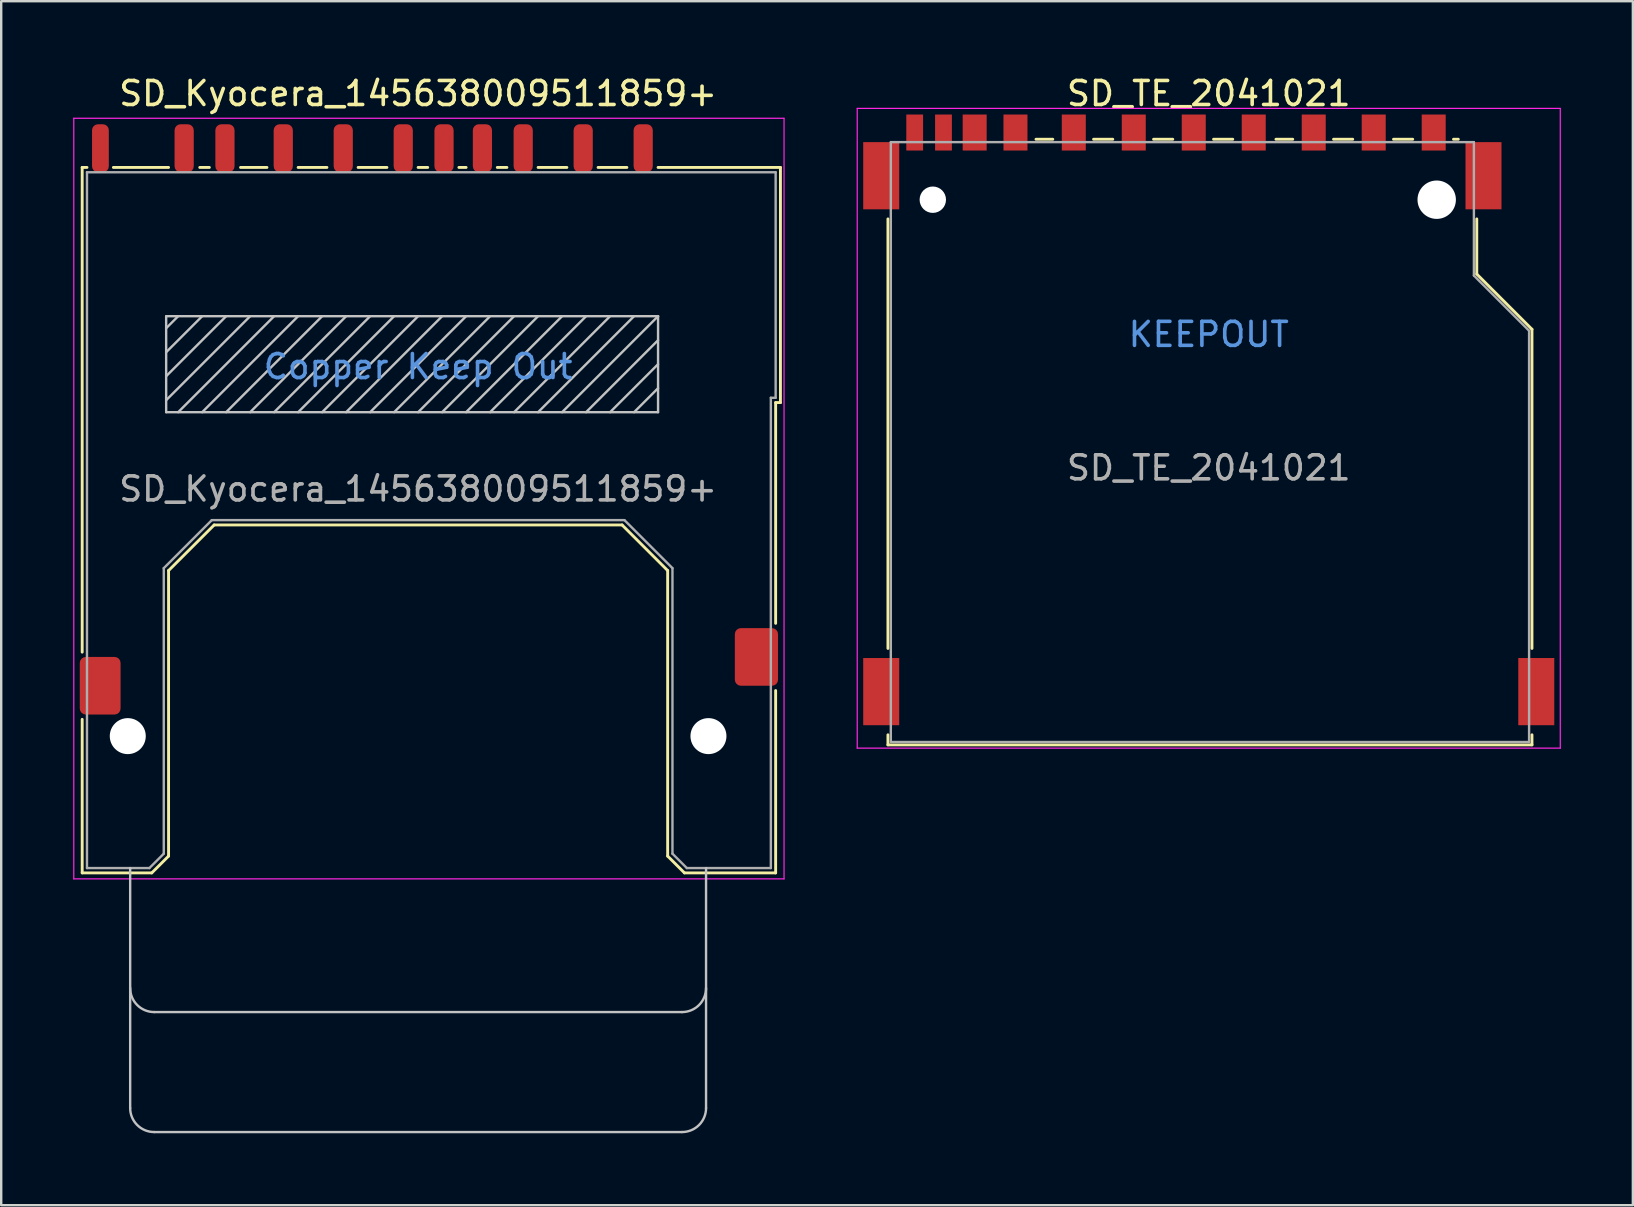
<source format=kicad_pcb>
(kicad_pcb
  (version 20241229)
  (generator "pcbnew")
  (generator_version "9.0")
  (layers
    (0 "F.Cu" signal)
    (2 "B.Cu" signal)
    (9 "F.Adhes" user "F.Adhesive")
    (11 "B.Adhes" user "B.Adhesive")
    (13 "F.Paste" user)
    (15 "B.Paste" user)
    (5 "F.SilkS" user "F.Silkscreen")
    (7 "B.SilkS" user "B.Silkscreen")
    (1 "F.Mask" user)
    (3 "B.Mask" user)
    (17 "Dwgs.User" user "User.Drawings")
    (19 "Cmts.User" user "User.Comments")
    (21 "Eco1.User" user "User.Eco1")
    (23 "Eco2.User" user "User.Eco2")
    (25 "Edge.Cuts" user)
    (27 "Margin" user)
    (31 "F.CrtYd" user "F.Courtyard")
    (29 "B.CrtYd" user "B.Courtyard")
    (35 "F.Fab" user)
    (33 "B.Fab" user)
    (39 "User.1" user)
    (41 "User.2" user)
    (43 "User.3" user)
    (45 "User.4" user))
  (footprint "SD_TE_2041021"
    (layer "F.Cu")
    (at 47.325 14.448)
    (property "Reference" "SD_TE_2041021" (at 0 -13.6 0) (layer "F.SilkS") (effects (font (size 1 1) (thickness 0.15))))
    (attr smd)
    (fp_line (start -13.37 -8.375) (end -13.37 9.525) (stroke (width 0.12) (type solid)) (layer "F.SilkS"))
    (fp_line (start -13.37 13.125) (end -13.37 13.545) (stroke (width 0.12) (type solid)) (layer "F.SilkS"))
    (fp_line (start -13.37 13.545) (end 13.47 13.545) (stroke (width 0.12) (type solid)) (layer "F.SilkS"))
    (fp_line (start -7.2 -11.695) (end -6.5 -11.695) (stroke (width 0.12) (type solid)) (layer "F.SilkS"))
    (fp_line (start -4.8 -11.695) (end -4 -11.695) (stroke (width 0.12) (type solid)) (layer "F.SilkS"))
    (fp_line (start -2.3 -11.695) (end -1.5 -11.695) (stroke (width 0.12) (type solid)) (layer "F.SilkS"))
    (fp_line (start 0.2 -11.695) (end 1 -11.695) (stroke (width 0.12) (type solid)) (layer "F.SilkS"))
    (fp_line (start 2.8 -11.695) (end 3.5 -11.695) (stroke (width 0.12) (type solid)) (layer "F.SilkS"))
    (fp_line (start 5.2 -11.695) (end 6 -11.695) (stroke (width 0.12) (type solid)) (layer "F.SilkS"))
    (fp_line (start 7.7 -11.695) (end 8.5 -11.695) (stroke (width 0.12) (type solid)) (layer "F.SilkS"))
    (fp_line (start 10.2 -11.695) (end 10.4 -11.695) (stroke (width 0.12) (type solid)) (layer "F.SilkS"))
    (fp_line (start 11.17 -8.375) (end 11.17 -6.075) (stroke (width 0.12) (type solid)) (layer "F.SilkS"))
    (fp_line (start 11.17 -6.075) (end 13.47 -3.775) (stroke (width 0.12) (type solid)) (layer "F.SilkS"))
    (fp_line (start 13.47 -3.775) (end 13.47 9.525) (stroke (width 0.12) (type solid)) (layer "F.SilkS"))
    (fp_line (start 13.47 13.545) (end 13.47 13.125) (stroke (width 0.12) (type solid)) (layer "F.SilkS"))
    (fp_line (start -14.65 -12.98) (end -14.65 13.68) (stroke (width 0.05) (type solid)) (layer "F.CrtYd"))
    (fp_line (start -14.65 -12.98) (end 14.65 -12.98) (stroke (width 0.05) (type solid)) (layer "F.CrtYd"))
    (fp_line (start 14.65 13.68) (end -14.65 13.68) (stroke (width 0.05) (type solid)) (layer "F.CrtYd"))
    (fp_line (start 14.65 13.68) (end 14.65 -12.98) (stroke (width 0.05) (type solid)) (layer "F.CrtYd"))
    (fp_line (start -13.25 -11.575) (end -13.25 13.425) (stroke (width 0.1) (type solid)) (layer "F.Fab"))
    (fp_line (start -13.25 13.425) (end 13.35 13.425) (stroke (width 0.1) (type solid)) (layer "F.Fab"))
    (fp_line (start 11.05 -11.575) (end -13.25 -11.575) (stroke (width 0.1) (type solid)) (layer "F.Fab"))
    (fp_line (start 11.05 -6.015) (end 11.05 -11.575) (stroke (width 0.1) (type solid)) (layer "F.Fab"))
    (fp_line (start 13.35 -3.715) (end 11.05 -6.015) (stroke (width 0.1) (type solid)) (layer "F.Fab"))
    (fp_line (start 13.35 13.425) (end 13.35 -3.715) (stroke (width 0.1) (type solid)) (layer "F.Fab"))
    (fp_text user "KEEPOUT" (at 0 -3.56 0) (layer "Cmts.User") (effects (font (size 1 1) (thickness 0.15))))
    (fp_text user "${REFERENCE}" (at 0 2 0) (layer "F.Fab") (effects (font (size 1 1) (thickness 0.15))))
    (pad "" np_thru_hole circle (at -11.5 -9.175) (size 1.1 1.1) (drill 1.1) (layers "*.Cu" "*.Mask"))
    (pad "" np_thru_hole circle (at 9.5 -9.175) (size 1.6 1.6) (drill 1.6) (layers "*.Cu" "*.Mask"))
    (pad "1" smd rect (at 6.875 -11.975) (size 1 1.5) (layers "F.Cu" "F.Mask" "F.Paste"))
    (pad "2" smd rect (at 4.375 -11.975) (size 1 1.5) (layers "F.Cu" "F.Mask" "F.Paste"))
    (pad "3" smd rect (at 1.875 -11.975) (size 1 1.5) (layers "F.Cu" "F.Mask" "F.Paste"))
    (pad "4" smd rect (at -0.625 -11.975) (size 1 1.5) (layers "F.Cu" "F.Mask" "F.Paste"))
    (pad "5" smd rect (at -3.125 -11.975) (size 1 1.5) (layers "F.Cu" "F.Mask" "F.Paste"))
    (pad "6" smd rect (at -5.625 -11.975) (size 1 1.5) (layers "F.Cu" "F.Mask" "F.Paste"))
    (pad "7" smd rect (at -8.055 -11.975) (size 1 1.5) (layers "F.Cu" "F.Mask" "F.Paste"))
    (pad "8" smd rect (at -9.755 -11.975) (size 1 1.5) (layers "F.Cu" "F.Mask" "F.Paste"))
    (pad "9" smd rect (at 9.375 -11.975) (size 1 1.5) (layers "F.Cu" "F.Mask" "F.Paste"))
    (pad "10" smd rect (at -11.055 -11.975) (size 0.7 1.5) (layers "F.Cu" "F.Mask" "F.Paste"))
    (pad "11" smd rect (at -12.255 -11.975) (size 0.7 1.5) (layers "F.Cu" "F.Mask" "F.Paste"))
    (pad "12" smd rect (at -13.65 -10.175) (size 1.5 2.8) (layers "F.Cu" "F.Mask" "F.Paste"))
    (pad "12" smd rect (at -13.65 11.325) (size 1.5 2.8) (layers "F.Cu" "F.Mask" "F.Paste"))
    (pad "12" smd rect (at 11.45 -10.175) (size 1.5 2.8) (layers "F.Cu" "F.Mask" "F.Paste"))
    (pad "12" smd rect (at 13.65 11.325) (size 1.5 2.8) (layers "F.Cu" "F.Mask" "F.Paste"))
    (zone (net_name "") (layer "F.Cu") (hatch full 0.508) (connect_pads) (min_thickness 0.254) (filled_areas_thickness no) (keepout (tracks not_allowed) (vias not_allowed) (pads not_allowed) (copperpour not_allowed) (footprints not_allowed)) (placement (enabled no)) (fill) (polygon (pts (xy 36.655 15.323) (xy 57.625 15.323) (xy 57.625 6.373) (xy 36.655 6.373)))))
  (footprint "SD_Kyocera_145638009511859+"
    (layer "F.Cu")
    (at 14.375 15.628)
    (property "Reference" "SD_Kyocera_145638009511859+" (at 0 -14.78 180) (layer "F.SilkS") (effects (font (size 1 1) (thickness 0.15))))
    (attr smd)
    (fp_line (start -14 -11.7) (end -14 8.5) (stroke (width 0.12) (type solid)) (layer "F.SilkS"))
    (fp_line (start -14 11.3) (end -14 17.7) (stroke (width 0.12) (type solid)) (layer "F.SilkS"))
    (fp_line (start -14 17.7) (end -11.1 17.7) (stroke (width 0.12) (type solid)) (layer "F.SilkS"))
    (fp_line (start -13.8 -11.7) (end -14 -11.7) (stroke (width 0.12) (type solid)) (layer "F.SilkS"))
    (fp_line (start -10.4 -11.7) (end -12.7 -11.7) (stroke (width 0.12) (type solid)) (layer "F.SilkS"))
    (fp_line (start -10.4 17) (end -11.1 17.7) (stroke (width 0.12) (type solid)) (layer "F.SilkS"))
    (fp_line (start -10.4 17) (end -10.4 5.1) (stroke (width 0.12) (type solid)) (layer "F.SilkS"))
    (fp_line (start -8.7 -11.7) (end -9.1 -11.7) (stroke (width 0.12) (type solid)) (layer "F.SilkS"))
    (fp_line (start -8.5 3.2) (end -10.4 5.1) (stroke (width 0.12) (type solid)) (layer "F.SilkS"))
    (fp_line (start -8.5 3.2) (end 8.5 3.2) (stroke (width 0.12) (type solid)) (layer "F.SilkS"))
    (fp_line (start -6.3 -11.7) (end -7.4 -11.7) (stroke (width 0.12) (type solid)) (layer "F.SilkS"))
    (fp_line (start -3.8 -11.7) (end -5 -11.7) (stroke (width 0.12) (type solid)) (layer "F.SilkS"))
    (fp_line (start -1.3 -11.7) (end -2.5 -11.7) (stroke (width 0.12) (type solid)) (layer "F.SilkS"))
    (fp_line (start 0.4 -11.7) (end 0 -11.7) (stroke (width 0.12) (type solid)) (layer "F.SilkS"))
    (fp_line (start 2 -11.7) (end 1.7 -11.7) (stroke (width 0.12) (type solid)) (layer "F.SilkS"))
    (fp_line (start 3.7 -11.7) (end 3.3 -11.7) (stroke (width 0.12) (type solid)) (layer "F.SilkS"))
    (fp_line (start 6.2 -11.7) (end 5 -11.7) (stroke (width 0.12) (type solid)) (layer "F.SilkS"))
    (fp_line (start 8.5 3.2) (end 10.4 5.1) (stroke (width 0.12) (type solid)) (layer "F.SilkS"))
    (fp_line (start 8.7 -11.7) (end 7.5 -11.7) (stroke (width 0.12) (type solid)) (layer "F.SilkS"))
    (fp_line (start 10.4 17) (end 10.4 5.1) (stroke (width 0.12) (type solid)) (layer "F.SilkS"))
    (fp_line (start 10.4 17) (end 11.1 17.7) (stroke (width 0.12) (type solid)) (layer "F.SilkS"))
    (fp_line (start 14.9 -1.9) (end 14.9 7.3) (stroke (width 0.12) (type solid)) (layer "F.SilkS"))
    (fp_line (start 14.9 -1.9) (end 15.1 -1.9) (stroke (width 0.12) (type solid)) (layer "F.SilkS"))
    (fp_line (start 14.9 10.1) (end 14.9 17.7) (stroke (width 0.12) (type solid)) (layer "F.SilkS"))
    (fp_line (start 14.9 17.7) (end 11.1 17.7) (stroke (width 0.12) (type solid)) (layer "F.SilkS"))
    (fp_line (start 15.1 -11.7) (end 10 -11.7) (stroke (width 0.12) (type solid)) (layer "F.SilkS"))
    (fp_line (start 15.1 -1.9) (end 15.1 -11.7) (stroke (width 0.12) (type solid)) (layer "F.SilkS"))
    (fp_line (start -12 17.5) (end -12 27.5) (stroke (width 0.1) (type solid)) (layer "Dwgs.User"))
    (fp_line (start -11 23.5) (end 11 23.5) (stroke (width 0.1) (type solid)) (layer "Dwgs.User"))
    (fp_line (start -11 28.5) (end 11 28.5) (stroke (width 0.1) (type solid)) (layer "Dwgs.User"))
    (fp_line (start -10.5 -5.5) (end 10 -5.5) (stroke (width 0.1) (type solid)) (layer "Dwgs.User"))
    (fp_line (start -10.5 -1.5) (end -10.5 -5.5) (stroke (width 0.1) (type solid)) (layer "Dwgs.User"))
    (fp_line (start -10 -5.5) (end -10.5 -5) (stroke (width 0.1) (type solid)) (layer "Dwgs.User"))
    (fp_line (start -9 -5.5) (end -10.5 -4) (stroke (width 0.1) (type solid)) (layer "Dwgs.User"))
    (fp_line (start -8 -5.5) (end -10.5 -3) (stroke (width 0.1) (type solid)) (layer "Dwgs.User"))
    (fp_line (start -7 -5.5) (end -10.5 -2) (stroke (width 0.1) (type solid)) (layer "Dwgs.User"))
    (fp_line (start -6 -5.5) (end -10 -1.5) (stroke (width 0.1) (type solid)) (layer "Dwgs.User"))
    (fp_line (start -5 -5.5) (end -9 -1.5) (stroke (width 0.1) (type solid)) (layer "Dwgs.User"))
    (fp_line (start -4 -5.5) (end -8 -1.5) (stroke (width 0.1) (type solid)) (layer "Dwgs.User"))
    (fp_line (start -3 -5.5) (end -7 -1.5) (stroke (width 0.1) (type solid)) (layer "Dwgs.User"))
    (fp_line (start -2 -5.5) (end -6 -1.5) (stroke (width 0.1) (type solid)) (layer "Dwgs.User"))
    (fp_line (start -1 -5.5) (end -5 -1.5) (stroke (width 0.1) (type solid)) (layer "Dwgs.User"))
    (fp_line (start 0 -5.5) (end -4 -1.5) (stroke (width 0.1) (type solid)) (layer "Dwgs.User"))
    (fp_line (start 1 -5.5) (end -3 -1.5) (stroke (width 0.1) (type solid)) (layer "Dwgs.User"))
    (fp_line (start 2 -5.5) (end -2 -1.5) (stroke (width 0.1) (type solid)) (layer "Dwgs.User"))
    (fp_line (start 3 -5.5) (end -1 -1.5) (stroke (width 0.1) (type solid)) (layer "Dwgs.User"))
    (fp_line (start 4 -5.5) (end 0 -1.5) (stroke (width 0.1) (type solid)) (layer "Dwgs.User"))
    (fp_line (start 5 -5.5) (end 1 -1.5) (stroke (width 0.1) (type solid)) (layer "Dwgs.User"))
    (fp_line (start 6 -5.5) (end 2 -1.5) (stroke (width 0.1) (type solid)) (layer "Dwgs.User"))
    (fp_line (start 7 -5.5) (end 3 -1.5) (stroke (width 0.1) (type solid)) (layer "Dwgs.User"))
    (fp_line (start 8 -5.5) (end 4 -1.5) (stroke (width 0.1) (type solid)) (layer "Dwgs.User"))
    (fp_line (start 9 -5.5) (end 5 -1.5) (stroke (width 0.1) (type solid)) (layer "Dwgs.User"))
    (fp_line (start 10 -5.5) (end 6 -1.5) (stroke (width 0.1) (type solid)) (layer "Dwgs.User"))
    (fp_line (start 10 -5.5) (end 10 -1.5) (stroke (width 0.1) (type solid)) (layer "Dwgs.User"))
    (fp_line (start 10 -4.5) (end 7 -1.5) (stroke (width 0.1) (type solid)) (layer "Dwgs.User"))
    (fp_line (start 10 -3.5) (end 8 -1.5) (stroke (width 0.1) (type solid)) (layer "Dwgs.User"))
    (fp_line (start 10 -2.5) (end 9 -1.5) (stroke (width 0.1) (type solid)) (layer "Dwgs.User"))
    (fp_line (start 10 -1.5) (end -10.5 -1.5) (stroke (width 0.1) (type solid)) (layer "Dwgs.User"))
    (fp_line (start 12 27.5) (end 12 17.5) (stroke (width 0.1) (type solid)) (layer "Dwgs.User"))
    (fp_arc (start -11 23.5) (mid -11.707107 23.207107) (end -12 22.5) (stroke (width 0.1) (type solid)) (layer "Dwgs.User"))
    (fp_arc (start -11 28.5) (mid -11.707107 28.207107) (end -12 27.5) (stroke (width 0.1) (type solid)) (layer "Dwgs.User"))
    (fp_arc (start 12 22.5) (mid 11.707107 23.207107) (end 11 23.5) (stroke (width 0.1) (type solid)) (layer "Dwgs.User"))
    (fp_arc (start 12 27.5) (mid 11.707107 28.207107) (end 11 28.5) (stroke (width 0.1) (type solid)) (layer "Dwgs.User"))
    (fp_line (start -14.35 -13.75) (end 15.25 -13.75) (stroke (width 0.05) (type solid)) (layer "F.CrtYd"))
    (fp_line (start -14.35 17.95) (end -14.35 -13.75) (stroke (width 0.05) (type solid)) (layer "F.CrtYd"))
    (fp_line (start 15.25 -13.75) (end 15.25 17.95) (stroke (width 0.05) (type solid)) (layer "F.CrtYd"))
    (fp_line (start 15.25 17.95) (end -14.35 17.95) (stroke (width 0.05) (type solid)) (layer "F.CrtYd"))
    (fp_line (start -13.8 -11.5) (end -13.8 17.5) (stroke (width 0.1) (type solid)) (layer "F.Fab"))
    (fp_line (start -13.8 17.5) (end -11.2 17.5) (stroke (width 0.1) (type solid)) (layer "F.Fab"))
    (fp_line (start -10.6 16.9) (end -11.2 17.5) (stroke (width 0.1) (type solid)) (layer "F.Fab"))
    (fp_line (start -10.6 16.9) (end -10.6 5) (stroke (width 0.1) (type solid)) (layer "F.Fab"))
    (fp_line (start -8.6 3) (end -10.6 5) (stroke (width 0.1) (type solid)) (layer "F.Fab"))
    (fp_line (start -8.6 3) (end 8.6 3) (stroke (width 0.1) (type solid)) (layer "F.Fab"))
    (fp_line (start 10.6 5) (end 8.6 3) (stroke (width 0.1) (type solid)) (layer "F.Fab"))
    (fp_line (start 10.6 5) (end 10.6 16.9) (stroke (width 0.1) (type solid)) (layer "F.Fab"))
    (fp_line (start 11.2 17.5) (end 10.6 16.9) (stroke (width 0.1) (type solid)) (layer "F.Fab"))
    (fp_line (start 11.2 17.5) (end 14.7 17.5) (stroke (width 0.1) (type solid)) (layer "F.Fab"))
    (fp_line (start 14.7 -2.1) (end 14.9 -2.1) (stroke (width 0.1) (type solid)) (layer "F.Fab"))
    (fp_line (start 14.7 17.5) (end 14.7 -2.1) (stroke (width 0.1) (type solid)) (layer "F.Fab"))
    (fp_line (start 14.9 -11.5) (end -13.8 -11.5) (stroke (width 0.1) (type solid)) (layer "F.Fab"))
    (fp_line (start 14.9 -2.1) (end 14.9 -11.5) (stroke (width 0.1) (type solid)) (layer "F.Fab"))
    (fp_text user "Copper Keep Out" (at 0 -3.4 180) (layer "Cmts.User") (effects (font (size 1 1) (thickness 0.15))))
    (fp_text user "${REFERENCE}" (at 0 1.7 180) (layer "F.Fab") (effects (font (size 1 1) (thickness 0.15))))
    (pad "" np_thru_hole circle (at -12.1 12 180) (size 1.5 1.5) (drill 1.5) (layers "*.Cu" "*.Mask"))
    (pad "" np_thru_hole circle (at 12.1 12 180) (size 1.5 1.5) (drill 1.5) (layers "*.Cu" "*.Mask"))
    (pad "1" smd roundrect (at 6.88 -12.5) (size 0.8 2) (layers "F.Cu" "F.Mask" "F.Paste") (roundrect_rratio 0.313))
    (pad "2" smd roundrect (at 4.38 -12.5) (size 0.8 2) (layers "F.Cu" "F.Mask" "F.Paste") (roundrect_rratio 0.313))
    (pad "3" smd roundrect (at 1.08 -12.5) (size 0.8 2) (layers "F.Cu" "F.Mask" "F.Paste") (roundrect_rratio 0.313))
    (pad "4" smd roundrect (at -0.62 -12.5) (size 0.8 2) (layers "F.Cu" "F.Mask" "F.Paste") (roundrect_rratio 0.313))
    (pad "5" smd roundrect (at -3.12 -12.5) (size 0.8 2) (layers "F.Cu" "F.Mask" "F.Paste") (roundrect_rratio 0.313))
    (pad "6" smd roundrect (at -5.62 -12.5) (size 0.8 2) (layers "F.Cu" "F.Mask" "F.Paste") (roundrect_rratio 0.313))
    (pad "7" smd roundrect (at -8.05 -12.5) (size 0.8 2) (layers "F.Cu" "F.Mask" "F.Paste") (roundrect_rratio 0.313))
    (pad "8" smd roundrect (at -9.75 -12.5) (size 0.8 2) (layers "F.Cu" "F.Mask" "F.Paste") (roundrect_rratio 0.313))
    (pad "9" smd roundrect (at 9.38 -12.5) (size 0.8 2) (layers "F.Cu" "F.Mask" "F.Paste") (roundrect_rratio 0.313))
    (pad "10" smd roundrect (at 2.68 -12.5) (size 0.8 2) (layers "F.Cu" "F.Mask" "F.Paste") (roundrect_rratio 0.313))
    (pad "11" smd roundrect (at -13.24 -12.5) (size 0.7 2) (layers "F.Cu" "F.Mask" "F.Paste") (roundrect_rratio 0.357))
    (pad "12" smd roundrect (at 14.1 8.7) (size 1.8 2.4) (layers "F.Cu" "F.Mask" "F.Paste") (roundrect_rratio 0.139))
    (pad "13" smd roundrect (at -13.25 9.9) (size 1.7 2.4) (layers "F.Cu" "F.Mask" "F.Paste") (roundrect_rratio 0.147)))
  (gr_rect
    (start -3 -3)
    (end 65 47.178)
    (stroke (width 0.1) (type default))
    (fill no)
    (layer "Edge.Cuts")))
</source>
